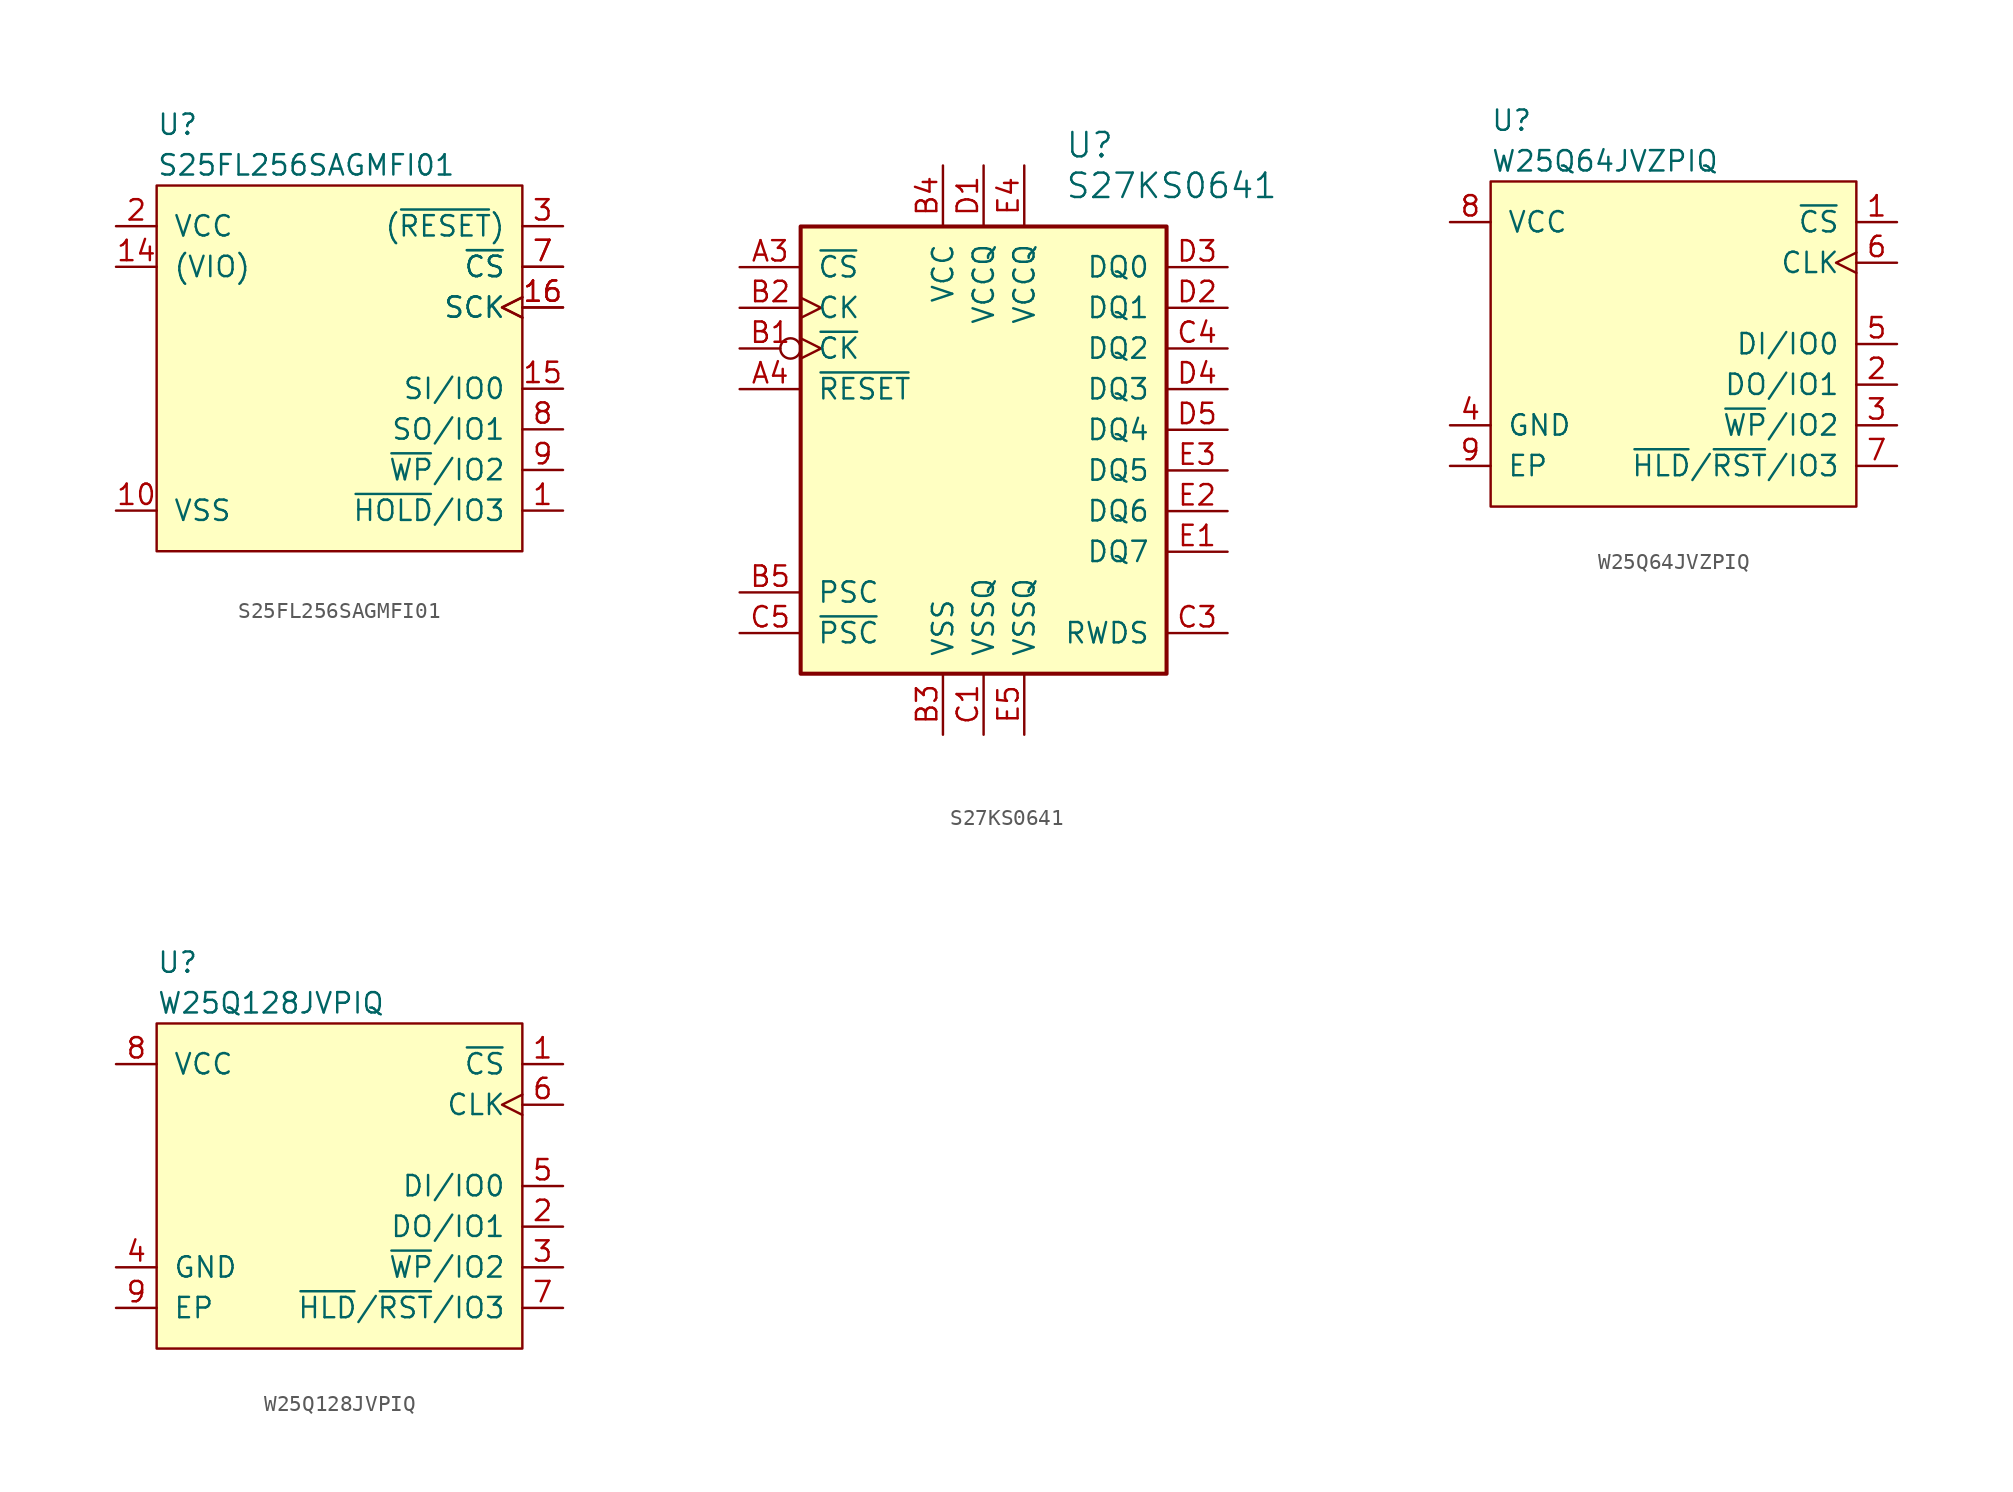
<source format=kicad_sym>
(kicad_symbol_lib
  (version 20231120)
  (generator "kicad_symbol_editor")
  (generator_version "8.0")
  (symbol "S25FL256SAGMFI01"
    (pin_names
      (offset 1.016))
    (property "Reference" "U"
      (at 0 3.81 0)
      (effects (font (size 1.27 1.27)) (justify left)))
    (property "Value" "S25FL256SAGMFI01"
      (at 0 1.27 0)
      (effects (font (size 1.27 1.27)) (justify left)))
    (symbol "S25FL256SAGMFI01_0_1"
      (rectangle (start 0 0) (end 22.86 -22.86) (stroke (width 0) (type solid)) (fill (type background))))
    (symbol "S25FL256SAGMFI01_1_1"
      (pin bidirectional line (at 25.4 -20.32 180) (length 2.54) (name "~{HOLD}/IO3" (effects (font (size 1.27 1.27)))) (number "1" (effects (font (size 1.27 1.27)))))
      (pin power_in line (at -2.54 -20.32 0) (length 2.54) (name "VSS" (effects (font (size 1.27 1.27)))) (number "10" (effects (font (size 1.27 1.27)))))
      (pin input line (at -2.54 -5.08 0) (length 2.54) (name "(VIO)" (effects (font (size 1.27 1.27)))) (number "14" (effects (font (size 1.27 1.27)))))
      (pin bidirectional line (at 25.4 -12.7 180) (length 2.54) (name "SI/IO0" (effects (font (size 1.27 1.27)))) (number "15" (effects (font (size 1.27 1.27)))))
      (pin input clock (at 25.4 -7.62 180) (length 2.54) (name "SCK" (effects (font (size 1.27 1.27)))) (number "16" (effects (font (size 1.27 1.27)))))
      (pin input clock (at 25.4 -7.62 180) (length 2.54) (name "SCK" (effects (font (size 1.27 1.27)))) (number "16" (effects (font (size 1.27 1.27)))))
      (pin power_in line (at -2.54 -2.54 0) (length 2.54) (name "VCC" (effects (font (size 1.27 1.27)))) (number "2" (effects (font (size 1.27 1.27)))))
      (pin input line (at 25.4 -2.54 180) (length 2.54) (name "(~{RESET})" (effects (font (size 1.27 1.27)))) (number "3" (effects (font (size 1.27 1.27)))))
      (pin input line (at 25.4 -5.08 180) (length 2.54) (name "~{CS}" (effects (font (size 1.27 1.27)))) (number "7" (effects (font (size 1.27 1.27)))))
      (pin input line (at 25.4 -5.08 180) (length 2.54) (name "~{CS}" (effects (font (size 1.27 1.27)))) (number "7" (effects (font (size 1.27 1.27)))))
      (pin bidirectional line (at 25.4 -15.24 180) (length 2.54) (name "SO/IO1" (effects (font (size 1.27 1.27)))) (number "8" (effects (font (size 1.27 1.27)))))
      (pin bidirectional line (at 25.4 -17.78 180) (length 2.54) (name "~{WP}/IO2" (effects (font (size 1.27 1.27)))) (number "9" (effects (font (size 1.27 1.27)))))))
  (symbol "S27KS0641"
    (pin_names
      (offset 1.016))
    (property "Reference" "U"
      (at 5.08 20.32 0)
      (effects (font (size 1.524 1.524)) (justify left)))
    (property "Value" "S27KS0641"
      (at 5.08 17.78 0)
      (effects (font (size 1.524 1.524)) (justify left)))
    (symbol "S27KS0641_1_0"
      (rectangle (start -11.43 15.24) (end 11.43 -12.7) (stroke (width 0.254) (type solid)) (fill (type background))))
    (symbol "S27KS0641_1_1"
      (pin no_connect line (at -15.24 1.27 0) (length 3.81) hide (name "RFU" (effects (font (size 1.27 1.27)))) (number "A2" (effects (font (size 1.27 1.27)))))
      (pin input line (at -15.24 12.7 0) (length 3.81) (name "~{CS}" (effects (font (size 1.27 1.27)))) (number "A3" (effects (font (size 1.27 1.27)))))
      (pin input line (at -15.24 5.08 0) (length 3.81) (name "~{RESET}" (effects (font (size 1.27 1.27)))) (number "A4" (effects (font (size 1.27 1.27)))))
      (pin no_connect line (at -15.24 -1.27 0) (length 3.81) hide (name "RFU" (effects (font (size 1.27 1.27)))) (number "A5" (effects (font (size 1.27 1.27)))))
      (pin input inverted_clock (at -15.24 7.62 0) (length 3.81) (name "~{CK}" (effects (font (size 1.27 1.27)))) (number "B1" (effects (font (size 1.27 1.27)))))
      (pin input clock (at -15.24 10.16 0) (length 3.81) (name "CK" (effects (font (size 1.27 1.27)))) (number "B2" (effects (font (size 1.27 1.27)))))
      (pin power_in line (at -2.54 -16.51 90) (length 3.81) (name "VSS" (effects (font (size 1.27 1.27)))) (number "B3" (effects (font (size 1.27 1.27)))))
      (pin power_in line (at -2.54 19.05 270) (length 3.81) (name "VCC" (effects (font (size 1.27 1.27)))) (number "B4" (effects (font (size 1.27 1.27)))))
      (pin input line (at -15.24 -7.62 0) (length 3.81) (name "PSC" (effects (font (size 1.27 1.27)))) (number "B5" (effects (font (size 1.27 1.27)))))
      (pin power_in line (at 0 -16.51 90) (length 3.81) (name "VSSQ" (effects (font (size 1.27 1.27)))) (number "C1" (effects (font (size 1.27 1.27)))))
      (pin no_connect line (at -15.24 -3.81 0) (length 3.81) hide (name "RFU" (effects (font (size 1.27 1.27)))) (number "C2" (effects (font (size 1.27 1.27)))))
      (pin bidirectional line (at 15.24 -10.16 180) (length 3.81) (name "RWDS" (effects (font (size 1.27 1.27)))) (number "C3" (effects (font (size 1.27 1.27)))))
      (pin bidirectional line (at 15.24 7.62 180) (length 3.81) (name "DQ2" (effects (font (size 1.27 1.27)))) (number "C4" (effects (font (size 1.27 1.27)))))
      (pin input line (at -15.24 -10.16 0) (length 3.81) (name "~{PSC}" (effects (font (size 1.27 1.27)))) (number "C5" (effects (font (size 1.27 1.27)))))
      (pin power_in line (at 0 19.05 270) (length 3.81) (name "VCCQ" (effects (font (size 1.27 1.27)))) (number "D1" (effects (font (size 1.27 1.27)))))
      (pin bidirectional line (at 15.24 10.16 180) (length 3.81) (name "DQ1" (effects (font (size 1.27 1.27)))) (number "D2" (effects (font (size 1.27 1.27)))))
      (pin bidirectional line (at 15.24 12.7 180) (length 3.81) (name "DQ0" (effects (font (size 1.27 1.27)))) (number "D3" (effects (font (size 1.27 1.27)))))
      (pin bidirectional line (at 15.24 5.08 180) (length 3.81) (name "DQ3" (effects (font (size 1.27 1.27)))) (number "D4" (effects (font (size 1.27 1.27)))))
      (pin bidirectional line (at 15.24 2.54 180) (length 3.81) (name "DQ4" (effects (font (size 1.27 1.27)))) (number "D5" (effects (font (size 1.27 1.27)))))
      (pin bidirectional line (at 15.24 -5.08 180) (length 3.81) (name "DQ7" (effects (font (size 1.27 1.27)))) (number "E1" (effects (font (size 1.27 1.27)))))
      (pin bidirectional line (at 15.24 -2.54 180) (length 3.81) (name "DQ6" (effects (font (size 1.27 1.27)))) (number "E2" (effects (font (size 1.27 1.27)))))
      (pin bidirectional line (at 15.24 0 180) (length 3.81) (name "DQ5" (effects (font (size 1.27 1.27)))) (number "E3" (effects (font (size 1.27 1.27)))))
      (pin power_in line (at 2.54 19.05 270) (length 3.81) (name "VCCQ" (effects (font (size 1.27 1.27)))) (number "E4" (effects (font (size 1.27 1.27)))))
      (pin power_in line (at 2.54 -16.51 90) (length 3.81) (name "VSSQ" (effects (font (size 1.27 1.27)))) (number "E5" (effects (font (size 1.27 1.27)))))))
  (symbol "W25Q64JVZPIQ"
    (pin_names
      (offset 1.016))
    (property "Reference" "U"
      (at 0 3.81 0)
      (effects (font (size 1.27 1.27)) (justify left)))
    (property "Value" "W25Q64JVZPIQ"
      (at 0 1.27 0)
      (effects (font (size 1.27 1.27)) (justify left)))
    (symbol "W25Q64JVZPIQ_0_1"
      (rectangle (start 0 0) (end 22.86 -20.32) (stroke (width 0) (type solid)) (fill (type background))))
    (symbol "W25Q64JVZPIQ_1_1"
      (pin input line (at 25.4 -2.54 180) (length 2.54) (name "~{CS}" (effects (font (size 1.27 1.27)))) (number "1" (effects (font (size 1.27 1.27)))))
      (pin bidirectional line (at 25.4 -12.7 180) (length 2.54) (name "DO/IO1" (effects (font (size 1.27 1.27)))) (number "2" (effects (font (size 1.27 1.27)))))
      (pin bidirectional line (at 25.4 -15.24 180) (length 2.54) (name "~{WP}/IO2" (effects (font (size 1.27 1.27)))) (number "3" (effects (font (size 1.27 1.27)))))
      (pin power_in line (at -2.54 -15.24 0) (length 2.54) (name "GND" (effects (font (size 1.27 1.27)))) (number "4" (effects (font (size 1.27 1.27)))))
      (pin bidirectional line (at 25.4 -10.16 180) (length 2.54) (name "DI/IO0" (effects (font (size 1.27 1.27)))) (number "5" (effects (font (size 1.27 1.27)))))
      (pin input clock (at 25.4 -5.08 180) (length 2.54) (name "CLK" (effects (font (size 1.27 1.27)))) (number "6" (effects (font (size 1.27 1.27)))))
      (pin bidirectional line (at 25.4 -17.78 180) (length 2.54) (name "~{HLD}/~{RST}/IO3" (effects (font (size 1.27 1.27)))) (number "7" (effects (font (size 1.27 1.27)))))
      (pin power_in line (at -2.54 -2.54 0) (length 2.54) (name "VCC" (effects (font (size 1.27 1.27)))) (number "8" (effects (font (size 1.27 1.27)))))
      (pin power_in line (at -2.54 -17.78 0) (length 2.54) (name "EP" (effects (font (size 1.27 1.27)))) (number "9" (effects (font (size 1.27 1.27)))))))
  (symbol "W25Q128JVPIQ"
    (pin_names
      (offset 1.016))
    (property "Reference" "U"
      (at 0 3.81 0)
      (effects (font (size 1.27 1.27)) (justify left)))
    (property "Value" "W25Q128JVPIQ"
      (at 0 1.27 0)
      (effects (font (size 1.27 1.27)) (justify left)))
    (symbol "W25Q128JVPIQ_0_1"
      (rectangle (start 0 0) (end 22.86 -20.32) (stroke (width 0) (type solid)) (fill (type background))))
    (symbol "W25Q128JVPIQ_1_1"
      (pin input line (at 25.4 -2.54 180) (length 2.54) (name "~{CS}" (effects (font (size 1.27 1.27)))) (number "1" (effects (font (size 1.27 1.27)))))
      (pin bidirectional line (at 25.4 -12.7 180) (length 2.54) (name "DO/IO1" (effects (font (size 1.27 1.27)))) (number "2" (effects (font (size 1.27 1.27)))))
      (pin bidirectional line (at 25.4 -15.24 180) (length 2.54) (name "~{WP}/IO2" (effects (font (size 1.27 1.27)))) (number "3" (effects (font (size 1.27 1.27)))))
      (pin power_in line (at -2.54 -15.24 0) (length 2.54) (name "GND" (effects (font (size 1.27 1.27)))) (number "4" (effects (font (size 1.27 1.27)))))
      (pin bidirectional line (at 25.4 -10.16 180) (length 2.54) (name "DI/IO0" (effects (font (size 1.27 1.27)))) (number "5" (effects (font (size 1.27 1.27)))))
      (pin input clock (at 25.4 -5.08 180) (length 2.54) (name "CLK" (effects (font (size 1.27 1.27)))) (number "6" (effects (font (size 1.27 1.27)))))
      (pin bidirectional line (at 25.4 -17.78 180) (length 2.54) (name "~{HLD}/~{RST}/IO3" (effects (font (size 1.27 1.27)))) (number "7" (effects (font (size 1.27 1.27)))))
      (pin power_in line (at -2.54 -2.54 0) (length 2.54) (name "VCC" (effects (font (size 1.27 1.27)))) (number "8" (effects (font (size 1.27 1.27)))))
      (pin power_in line (at -2.54 -17.78 0) (length 2.54) (name "EP" (effects (font (size 1.27 1.27)))) (number "9" (effects (font (size 1.27 1.27))))))))
</source>
